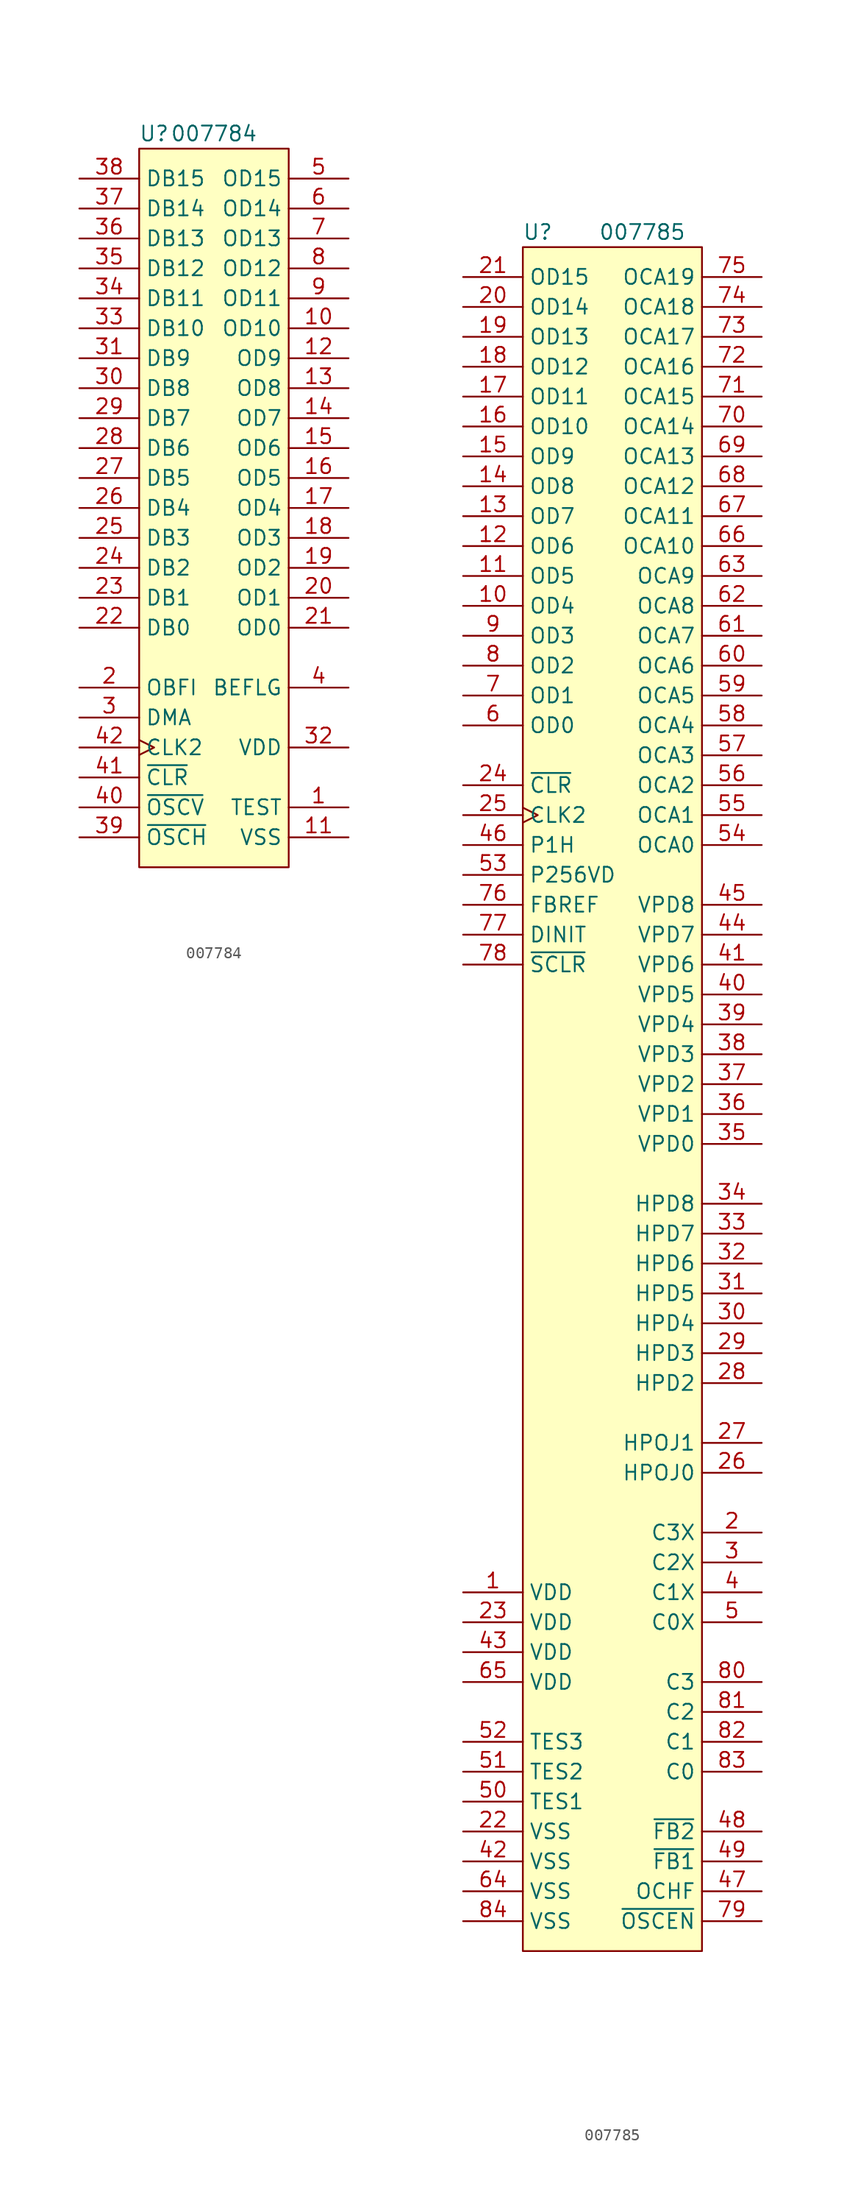
<source format=kicad_sym>
(kicad_symbol_lib
  (version 20231120)
  (generator "kicad_symbol_editor")
  (generator_version "8.0")
  (symbol "007784"
    (property "Reference" "U"
      (at -5.08 31.75 0)
      (effects (font (size 1.27 1.27))))
    (property "Value" "007784"
      (at 0 31.75 0)
      (effects (font (size 1.27 1.27))))
    (symbol "007784_0_1"
      (rectangle (start -6.35 30.48) (end 6.35 -30.48) (stroke (width 0) (type default)) (fill (type background))))
    (symbol "007784_1_1"
      (pin input line (at 11.43 -25.4 180) (length 5.08) (name "TEST" (effects (font (size 1.27 1.27)))) (number "1" (effects (font (size 1.27 1.27)))))
      (pin bidirectional line (at 11.43 15.24 180) (length 5.08) (name "OD10" (effects (font (size 1.27 1.27)))) (number "10" (effects (font (size 1.27 1.27)))))
      (pin power_in line (at 11.43 -27.94 180) (length 5.08) (name "VSS" (effects (font (size 1.27 1.27)))) (number "11" (effects (font (size 1.27 1.27)))))
      (pin bidirectional line (at 11.43 12.7 180) (length 5.08) (name "OD9" (effects (font (size 1.27 1.27)))) (number "12" (effects (font (size 1.27 1.27)))))
      (pin bidirectional line (at 11.43 10.16 180) (length 5.08) (name "OD8" (effects (font (size 1.27 1.27)))) (number "13" (effects (font (size 1.27 1.27)))))
      (pin bidirectional line (at 11.43 7.62 180) (length 5.08) (name "OD7" (effects (font (size 1.27 1.27)))) (number "14" (effects (font (size 1.27 1.27)))))
      (pin bidirectional line (at 11.43 5.08 180) (length 5.08) (name "OD6" (effects (font (size 1.27 1.27)))) (number "15" (effects (font (size 1.27 1.27)))))
      (pin bidirectional line (at 11.43 2.54 180) (length 5.08) (name "OD5" (effects (font (size 1.27 1.27)))) (number "16" (effects (font (size 1.27 1.27)))))
      (pin bidirectional line (at 11.43 0 180) (length 5.08) (name "OD4" (effects (font (size 1.27 1.27)))) (number "17" (effects (font (size 1.27 1.27)))))
      (pin bidirectional line (at 11.43 -2.54 180) (length 5.08) (name "OD3" (effects (font (size 1.27 1.27)))) (number "18" (effects (font (size 1.27 1.27)))))
      (pin bidirectional line (at 11.43 -5.08 180) (length 5.08) (name "OD2" (effects (font (size 1.27 1.27)))) (number "19" (effects (font (size 1.27 1.27)))))
      (pin input line (at -11.43 -15.24 0) (length 5.08) (name "OBFI" (effects (font (size 1.27 1.27)))) (number "2" (effects (font (size 1.27 1.27)))))
      (pin bidirectional line (at 11.43 -7.62 180) (length 5.08) (name "OD1" (effects (font (size 1.27 1.27)))) (number "20" (effects (font (size 1.27 1.27)))))
      (pin bidirectional line (at 11.43 -10.16 180) (length 5.08) (name "OD0" (effects (font (size 1.27 1.27)))) (number "21" (effects (font (size 1.27 1.27)))))
      (pin input line (at -11.43 -10.16 0) (length 5.08) (name "DB0" (effects (font (size 1.27 1.27)))) (number "22" (effects (font (size 1.27 1.27)))))
      (pin input line (at -11.43 -7.62 0) (length 5.08) (name "DB1" (effects (font (size 1.27 1.27)))) (number "23" (effects (font (size 1.27 1.27)))))
      (pin input line (at -11.43 -5.08 0) (length 5.08) (name "DB2" (effects (font (size 1.27 1.27)))) (number "24" (effects (font (size 1.27 1.27)))))
      (pin input line (at -11.43 -2.54 0) (length 5.08) (name "DB3" (effects (font (size 1.27 1.27)))) (number "25" (effects (font (size 1.27 1.27)))))
      (pin input line (at -11.43 0 0) (length 5.08) (name "DB4" (effects (font (size 1.27 1.27)))) (number "26" (effects (font (size 1.27 1.27)))))
      (pin input line (at -11.43 2.54 0) (length 5.08) (name "DB5" (effects (font (size 1.27 1.27)))) (number "27" (effects (font (size 1.27 1.27)))))
      (pin input line (at -11.43 5.08 0) (length 5.08) (name "DB6" (effects (font (size 1.27 1.27)))) (number "28" (effects (font (size 1.27 1.27)))))
      (pin input line (at -11.43 7.62 0) (length 5.08) (name "DB7" (effects (font (size 1.27 1.27)))) (number "29" (effects (font (size 1.27 1.27)))))
      (pin input line (at -11.43 -17.78 0) (length 5.08) (name "DMA" (effects (font (size 1.27 1.27)))) (number "3" (effects (font (size 1.27 1.27)))))
      (pin input line (at -11.43 10.16 0) (length 5.08) (name "DB8" (effects (font (size 1.27 1.27)))) (number "30" (effects (font (size 1.27 1.27)))))
      (pin input line (at -11.43 12.7 0) (length 5.08) (name "DB9" (effects (font (size 1.27 1.27)))) (number "31" (effects (font (size 1.27 1.27)))))
      (pin power_in line (at 11.43 -20.32 180) (length 5.08) (name "VDD" (effects (font (size 1.27 1.27)))) (number "32" (effects (font (size 1.27 1.27)))))
      (pin input line (at -11.43 15.24 0) (length 5.08) (name "DB10" (effects (font (size 1.27 1.27)))) (number "33" (effects (font (size 1.27 1.27)))))
      (pin input line (at -11.43 17.78 0) (length 5.08) (name "DB11" (effects (font (size 1.27 1.27)))) (number "34" (effects (font (size 1.27 1.27)))))
      (pin input line (at -11.43 20.32 0) (length 5.08) (name "DB12" (effects (font (size 1.27 1.27)))) (number "35" (effects (font (size 1.27 1.27)))))
      (pin input line (at -11.43 22.86 0) (length 5.08) (name "DB13" (effects (font (size 1.27 1.27)))) (number "36" (effects (font (size 1.27 1.27)))))
      (pin input line (at -11.43 25.4 0) (length 5.08) (name "DB14" (effects (font (size 1.27 1.27)))) (number "37" (effects (font (size 1.27 1.27)))))
      (pin input line (at -11.43 27.94 0) (length 5.08) (name "DB15" (effects (font (size 1.27 1.27)))) (number "38" (effects (font (size 1.27 1.27)))))
      (pin input line (at -11.43 -27.94 0) (length 5.08) (name "~{OSCH}" (effects (font (size 1.27 1.27)))) (number "39" (effects (font (size 1.27 1.27)))))
      (pin output line (at 11.43 -15.24 180) (length 5.08) (name "BEFLG" (effects (font (size 1.27 1.27)))) (number "4" (effects (font (size 1.27 1.27)))))
      (pin input line (at -11.43 -25.4 0) (length 5.08) (name "~{OSCV}" (effects (font (size 1.27 1.27)))) (number "40" (effects (font (size 1.27 1.27)))))
      (pin input line (at -11.43 -22.86 0) (length 5.08) (name "~{CLR}" (effects (font (size 1.27 1.27)))) (number "41" (effects (font (size 1.27 1.27)))))
      (pin input clock (at -11.43 -20.32 0) (length 5.08) (name "CLK2" (effects (font (size 1.27 1.27)))) (number "42" (effects (font (size 1.27 1.27)))))
      (pin bidirectional line (at 11.43 27.94 180) (length 5.08) (name "OD15" (effects (font (size 1.27 1.27)))) (number "5" (effects (font (size 1.27 1.27)))))
      (pin bidirectional line (at 11.43 25.4 180) (length 5.08) (name "OD14" (effects (font (size 1.27 1.27)))) (number "6" (effects (font (size 1.27 1.27)))))
      (pin bidirectional line (at 11.43 22.86 180) (length 5.08) (name "OD13" (effects (font (size 1.27 1.27)))) (number "7" (effects (font (size 1.27 1.27)))))
      (pin bidirectional line (at 11.43 20.32 180) (length 5.08) (name "OD12" (effects (font (size 1.27 1.27)))) (number "8" (effects (font (size 1.27 1.27)))))
      (pin bidirectional line (at 11.43 17.78 180) (length 5.08) (name "OD11" (effects (font (size 1.27 1.27)))) (number "9" (effects (font (size 1.27 1.27)))))))
  (symbol "007785"
    (property "Reference" "U"
      (at -6.35 73.66 0)
      (effects (font (size 1.27 1.27))))
    (property "Value" "007785"
      (at 2.54 73.66 0)
      (effects (font (size 1.27 1.27))))
    (symbol "007785_0_1"
      (rectangle (start -7.62 72.39) (end 7.62 -72.39) (stroke (width 0) (type default)) (fill (type background))))
    (symbol "007785_1_1"
      (pin power_in line (at -12.7 -41.91 0) (length 5.08) (name "VDD" (effects (font (size 1.27 1.27)))) (number "1" (effects (font (size 1.27 1.27)))))
      (pin input line (at -12.7 41.91 0) (length 5.08) (name "OD4" (effects (font (size 1.27 1.27)))) (number "10" (effects (font (size 1.27 1.27)))))
      (pin input line (at -12.7 44.45 0) (length 5.08) (name "OD5" (effects (font (size 1.27 1.27)))) (number "11" (effects (font (size 1.27 1.27)))))
      (pin input line (at -12.7 46.99 0) (length 5.08) (name "OD6" (effects (font (size 1.27 1.27)))) (number "12" (effects (font (size 1.27 1.27)))))
      (pin input line (at -12.7 49.53 0) (length 5.08) (name "OD7" (effects (font (size 1.27 1.27)))) (number "13" (effects (font (size 1.27 1.27)))))
      (pin input line (at -12.7 52.07 0) (length 5.08) (name "OD8" (effects (font (size 1.27 1.27)))) (number "14" (effects (font (size 1.27 1.27)))))
      (pin input line (at -12.7 54.61 0) (length 5.08) (name "OD9" (effects (font (size 1.27 1.27)))) (number "15" (effects (font (size 1.27 1.27)))))
      (pin input line (at -12.7 57.15 0) (length 5.08) (name "OD10" (effects (font (size 1.27 1.27)))) (number "16" (effects (font (size 1.27 1.27)))))
      (pin input line (at -12.7 59.69 0) (length 5.08) (name "OD11" (effects (font (size 1.27 1.27)))) (number "17" (effects (font (size 1.27 1.27)))))
      (pin input line (at -12.7 62.23 0) (length 5.08) (name "OD12" (effects (font (size 1.27 1.27)))) (number "18" (effects (font (size 1.27 1.27)))))
      (pin input line (at -12.7 64.77 0) (length 5.08) (name "OD13" (effects (font (size 1.27 1.27)))) (number "19" (effects (font (size 1.27 1.27)))))
      (pin tri_state line (at 12.7 -36.83 180) (length 5.08) (name "C3X" (effects (font (size 1.27 1.27)))) (number "2" (effects (font (size 1.27 1.27)))))
      (pin input line (at -12.7 67.31 0) (length 5.08) (name "OD14" (effects (font (size 1.27 1.27)))) (number "20" (effects (font (size 1.27 1.27)))))
      (pin input line (at -12.7 69.85 0) (length 5.08) (name "OD15" (effects (font (size 1.27 1.27)))) (number "21" (effects (font (size 1.27 1.27)))))
      (pin power_in line (at -12.7 -62.23 0) (length 5.08) (name "VSS" (effects (font (size 1.27 1.27)))) (number "22" (effects (font (size 1.27 1.27)))))
      (pin power_in line (at -12.7 -44.45 0) (length 5.08) (name "VDD" (effects (font (size 1.27 1.27)))) (number "23" (effects (font (size 1.27 1.27)))))
      (pin input line (at -12.7 26.67 0) (length 5.08) (name "~{CLR}" (effects (font (size 1.27 1.27)))) (number "24" (effects (font (size 1.27 1.27)))))
      (pin input clock (at -12.7 24.13 0) (length 5.08) (name "CLK2" (effects (font (size 1.27 1.27)))) (number "25" (effects (font (size 1.27 1.27)))))
      (pin output line (at 12.7 -31.75 180) (length 5.08) (name "HPOJ0" (effects (font (size 1.27 1.27)))) (number "26" (effects (font (size 1.27 1.27)))))
      (pin output line (at 12.7 -29.21 180) (length 5.08) (name "HPOJ1" (effects (font (size 1.27 1.27)))) (number "27" (effects (font (size 1.27 1.27)))))
      (pin output line (at 12.7 -24.13 180) (length 5.08) (name "HPD2" (effects (font (size 1.27 1.27)))) (number "28" (effects (font (size 1.27 1.27)))))
      (pin output line (at 12.7 -21.59 180) (length 5.08) (name "HPD3" (effects (font (size 1.27 1.27)))) (number "29" (effects (font (size 1.27 1.27)))))
      (pin tri_state line (at 12.7 -39.37 180) (length 5.08) (name "C2X" (effects (font (size 1.27 1.27)))) (number "3" (effects (font (size 1.27 1.27)))))
      (pin output line (at 12.7 -19.05 180) (length 5.08) (name "HPD4" (effects (font (size 1.27 1.27)))) (number "30" (effects (font (size 1.27 1.27)))))
      (pin output line (at 12.7 -16.51 180) (length 5.08) (name "HPD5" (effects (font (size 1.27 1.27)))) (number "31" (effects (font (size 1.27 1.27)))))
      (pin output line (at 12.7 -13.97 180) (length 5.08) (name "HPD6" (effects (font (size 1.27 1.27)))) (number "32" (effects (font (size 1.27 1.27)))))
      (pin output line (at 12.7 -11.43 180) (length 5.08) (name "HPD7" (effects (font (size 1.27 1.27)))) (number "33" (effects (font (size 1.27 1.27)))))
      (pin output line (at 12.7 -8.89 180) (length 5.08) (name "HPD8" (effects (font (size 1.27 1.27)))) (number "34" (effects (font (size 1.27 1.27)))))
      (pin output line (at 12.7 -3.81 180) (length 5.08) (name "VPD0" (effects (font (size 1.27 1.27)))) (number "35" (effects (font (size 1.27 1.27)))))
      (pin output line (at 12.7 -1.27 180) (length 5.08) (name "VPD1" (effects (font (size 1.27 1.27)))) (number "36" (effects (font (size 1.27 1.27)))))
      (pin output line (at 12.7 1.27 180) (length 5.08) (name "VPD2" (effects (font (size 1.27 1.27)))) (number "37" (effects (font (size 1.27 1.27)))))
      (pin output line (at 12.7 3.81 180) (length 5.08) (name "VPD3" (effects (font (size 1.27 1.27)))) (number "38" (effects (font (size 1.27 1.27)))))
      (pin output line (at 12.7 6.35 180) (length 5.08) (name "VPD4" (effects (font (size 1.27 1.27)))) (number "39" (effects (font (size 1.27 1.27)))))
      (pin tri_state line (at 12.7 -41.91 180) (length 5.08) (name "C1X" (effects (font (size 1.27 1.27)))) (number "4" (effects (font (size 1.27 1.27)))))
      (pin output line (at 12.7 8.89 180) (length 5.08) (name "VPD5" (effects (font (size 1.27 1.27)))) (number "40" (effects (font (size 1.27 1.27)))))
      (pin output line (at 12.7 11.43 180) (length 5.08) (name "VPD6" (effects (font (size 1.27 1.27)))) (number "41" (effects (font (size 1.27 1.27)))))
      (pin power_in line (at -12.7 -64.77 0) (length 5.08) (name "VSS" (effects (font (size 1.27 1.27)))) (number "42" (effects (font (size 1.27 1.27)))))
      (pin power_in line (at -12.7 -46.99 0) (length 5.08) (name "VDD" (effects (font (size 1.27 1.27)))) (number "43" (effects (font (size 1.27 1.27)))))
      (pin output line (at 12.7 13.97 180) (length 5.08) (name "VPD7" (effects (font (size 1.27 1.27)))) (number "44" (effects (font (size 1.27 1.27)))))
      (pin output line (at 12.7 16.51 180) (length 5.08) (name "VPD8" (effects (font (size 1.27 1.27)))) (number "45" (effects (font (size 1.27 1.27)))))
      (pin input line (at -12.7 21.59 0) (length 5.08) (name "P1H" (effects (font (size 1.27 1.27)))) (number "46" (effects (font (size 1.27 1.27)))))
      (pin output line (at 12.7 -67.31 180) (length 5.08) (name "OCHF" (effects (font (size 1.27 1.27)))) (number "47" (effects (font (size 1.27 1.27)))))
      (pin output line (at 12.7 -62.23 180) (length 5.08) (name "~{FB2}" (effects (font (size 1.27 1.27)))) (number "48" (effects (font (size 1.27 1.27)))))
      (pin output line (at 12.7 -64.77 180) (length 5.08) (name "~{FB1}" (effects (font (size 1.27 1.27)))) (number "49" (effects (font (size 1.27 1.27)))))
      (pin tri_state line (at 12.7 -44.45 180) (length 5.08) (name "C0X" (effects (font (size 1.27 1.27)))) (number "5" (effects (font (size 1.27 1.27)))))
      (pin input line (at -12.7 -59.69 0) (length 5.08) (name "TES1" (effects (font (size 1.27 1.27)))) (number "50" (effects (font (size 1.27 1.27)))))
      (pin input line (at -12.7 -57.15 0) (length 5.08) (name "TES2" (effects (font (size 1.27 1.27)))) (number "51" (effects (font (size 1.27 1.27)))))
      (pin input line (at -12.7 -54.61 0) (length 5.08) (name "TES3" (effects (font (size 1.27 1.27)))) (number "52" (effects (font (size 1.27 1.27)))))
      (pin input line (at -12.7 19.05 0) (length 5.08) (name "P256VD" (effects (font (size 1.27 1.27)))) (number "53" (effects (font (size 1.27 1.27)))))
      (pin output line (at 12.7 21.59 180) (length 5.08) (name "OCA0" (effects (font (size 1.27 1.27)))) (number "54" (effects (font (size 1.27 1.27)))))
      (pin output line (at 12.7 24.13 180) (length 5.08) (name "OCA1" (effects (font (size 1.27 1.27)))) (number "55" (effects (font (size 1.27 1.27)))))
      (pin output line (at 12.7 26.67 180) (length 5.08) (name "OCA2" (effects (font (size 1.27 1.27)))) (number "56" (effects (font (size 1.27 1.27)))))
      (pin output line (at 12.7 29.21 180) (length 5.08) (name "OCA3" (effects (font (size 1.27 1.27)))) (number "57" (effects (font (size 1.27 1.27)))))
      (pin output line (at 12.7 31.75 180) (length 5.08) (name "OCA4" (effects (font (size 1.27 1.27)))) (number "58" (effects (font (size 1.27 1.27)))))
      (pin output line (at 12.7 34.29 180) (length 5.08) (name "OCA5" (effects (font (size 1.27 1.27)))) (number "59" (effects (font (size 1.27 1.27)))))
      (pin input line (at -12.7 31.75 0) (length 5.08) (name "OD0" (effects (font (size 1.27 1.27)))) (number "6" (effects (font (size 1.27 1.27)))))
      (pin output line (at 12.7 36.83 180) (length 5.08) (name "OCA6" (effects (font (size 1.27 1.27)))) (number "60" (effects (font (size 1.27 1.27)))))
      (pin output line (at 12.7 39.37 180) (length 5.08) (name "OCA7" (effects (font (size 1.27 1.27)))) (number "61" (effects (font (size 1.27 1.27)))))
      (pin output line (at 12.7 41.91 180) (length 5.08) (name "OCA8" (effects (font (size 1.27 1.27)))) (number "62" (effects (font (size 1.27 1.27)))))
      (pin output line (at 12.7 44.45 180) (length 5.08) (name "OCA9" (effects (font (size 1.27 1.27)))) (number "63" (effects (font (size 1.27 1.27)))))
      (pin power_in line (at -12.7 -67.31 0) (length 5.08) (name "VSS" (effects (font (size 1.27 1.27)))) (number "64" (effects (font (size 1.27 1.27)))))
      (pin power_in line (at -12.7 -49.53 0) (length 5.08) (name "VDD" (effects (font (size 1.27 1.27)))) (number "65" (effects (font (size 1.27 1.27)))))
      (pin output line (at 12.7 46.99 180) (length 5.08) (name "OCA10" (effects (font (size 1.27 1.27)))) (number "66" (effects (font (size 1.27 1.27)))))
      (pin output line (at 12.7 49.53 180) (length 5.08) (name "OCA11" (effects (font (size 1.27 1.27)))) (number "67" (effects (font (size 1.27 1.27)))))
      (pin output line (at 12.7 52.07 180) (length 5.08) (name "OCA12" (effects (font (size 1.27 1.27)))) (number "68" (effects (font (size 1.27 1.27)))))
      (pin output line (at 12.7 54.61 180) (length 5.08) (name "OCA13" (effects (font (size 1.27 1.27)))) (number "69" (effects (font (size 1.27 1.27)))))
      (pin input line (at -12.7 34.29 0) (length 5.08) (name "OD1" (effects (font (size 1.27 1.27)))) (number "7" (effects (font (size 1.27 1.27)))))
      (pin output line (at 12.7 57.15 180) (length 5.08) (name "OCA14" (effects (font (size 1.27 1.27)))) (number "70" (effects (font (size 1.27 1.27)))))
      (pin output line (at 12.7 59.69 180) (length 5.08) (name "OCA15" (effects (font (size 1.27 1.27)))) (number "71" (effects (font (size 1.27 1.27)))))
      (pin output line (at 12.7 62.23 180) (length 5.08) (name "OCA16" (effects (font (size 1.27 1.27)))) (number "72" (effects (font (size 1.27 1.27)))))
      (pin output line (at 12.7 64.77 180) (length 5.08) (name "OCA17" (effects (font (size 1.27 1.27)))) (number "73" (effects (font (size 1.27 1.27)))))
      (pin output line (at 12.7 67.31 180) (length 5.08) (name "OCA18" (effects (font (size 1.27 1.27)))) (number "74" (effects (font (size 1.27 1.27)))))
      (pin output line (at 12.7 69.85 180) (length 5.08) (name "OCA19" (effects (font (size 1.27 1.27)))) (number "75" (effects (font (size 1.27 1.27)))))
      (pin input line (at -12.7 16.51 0) (length 5.08) (name "FBREF" (effects (font (size 1.27 1.27)))) (number "76" (effects (font (size 1.27 1.27)))))
      (pin input line (at -12.7 13.97 0) (length 5.08) (name "DINIT" (effects (font (size 1.27 1.27)))) (number "77" (effects (font (size 1.27 1.27)))))
      (pin input line (at -12.7 11.43 0) (length 5.08) (name "~{SCLR}" (effects (font (size 1.27 1.27)))) (number "78" (effects (font (size 1.27 1.27)))))
      (pin output line (at 12.7 -69.85 180) (length 5.08) (name "~{OSCEN}" (effects (font (size 1.27 1.27)))) (number "79" (effects (font (size 1.27 1.27)))))
      (pin input line (at -12.7 36.83 0) (length 5.08) (name "OD2" (effects (font (size 1.27 1.27)))) (number "8" (effects (font (size 1.27 1.27)))))
      (pin tri_state line (at 12.7 -49.53 180) (length 5.08) (name "C3" (effects (font (size 1.27 1.27)))) (number "80" (effects (font (size 1.27 1.27)))))
      (pin tri_state line (at 12.7 -52.07 180) (length 5.08) (name "C2" (effects (font (size 1.27 1.27)))) (number "81" (effects (font (size 1.27 1.27)))))
      (pin tri_state line (at 12.7 -54.61 180) (length 5.08) (name "C1" (effects (font (size 1.27 1.27)))) (number "82" (effects (font (size 1.27 1.27)))))
      (pin tri_state line (at 12.7 -57.15 180) (length 5.08) (name "C0" (effects (font (size 1.27 1.27)))) (number "83" (effects (font (size 1.27 1.27)))))
      (pin power_in line (at -12.7 -69.85 0) (length 5.08) (name "VSS" (effects (font (size 1.27 1.27)))) (number "84" (effects (font (size 1.27 1.27)))))
      (pin input line (at -12.7 39.37 0) (length 5.08) (name "OD3" (effects (font (size 1.27 1.27)))) (number "9" (effects (font (size 1.27 1.27))))))))
</source>
